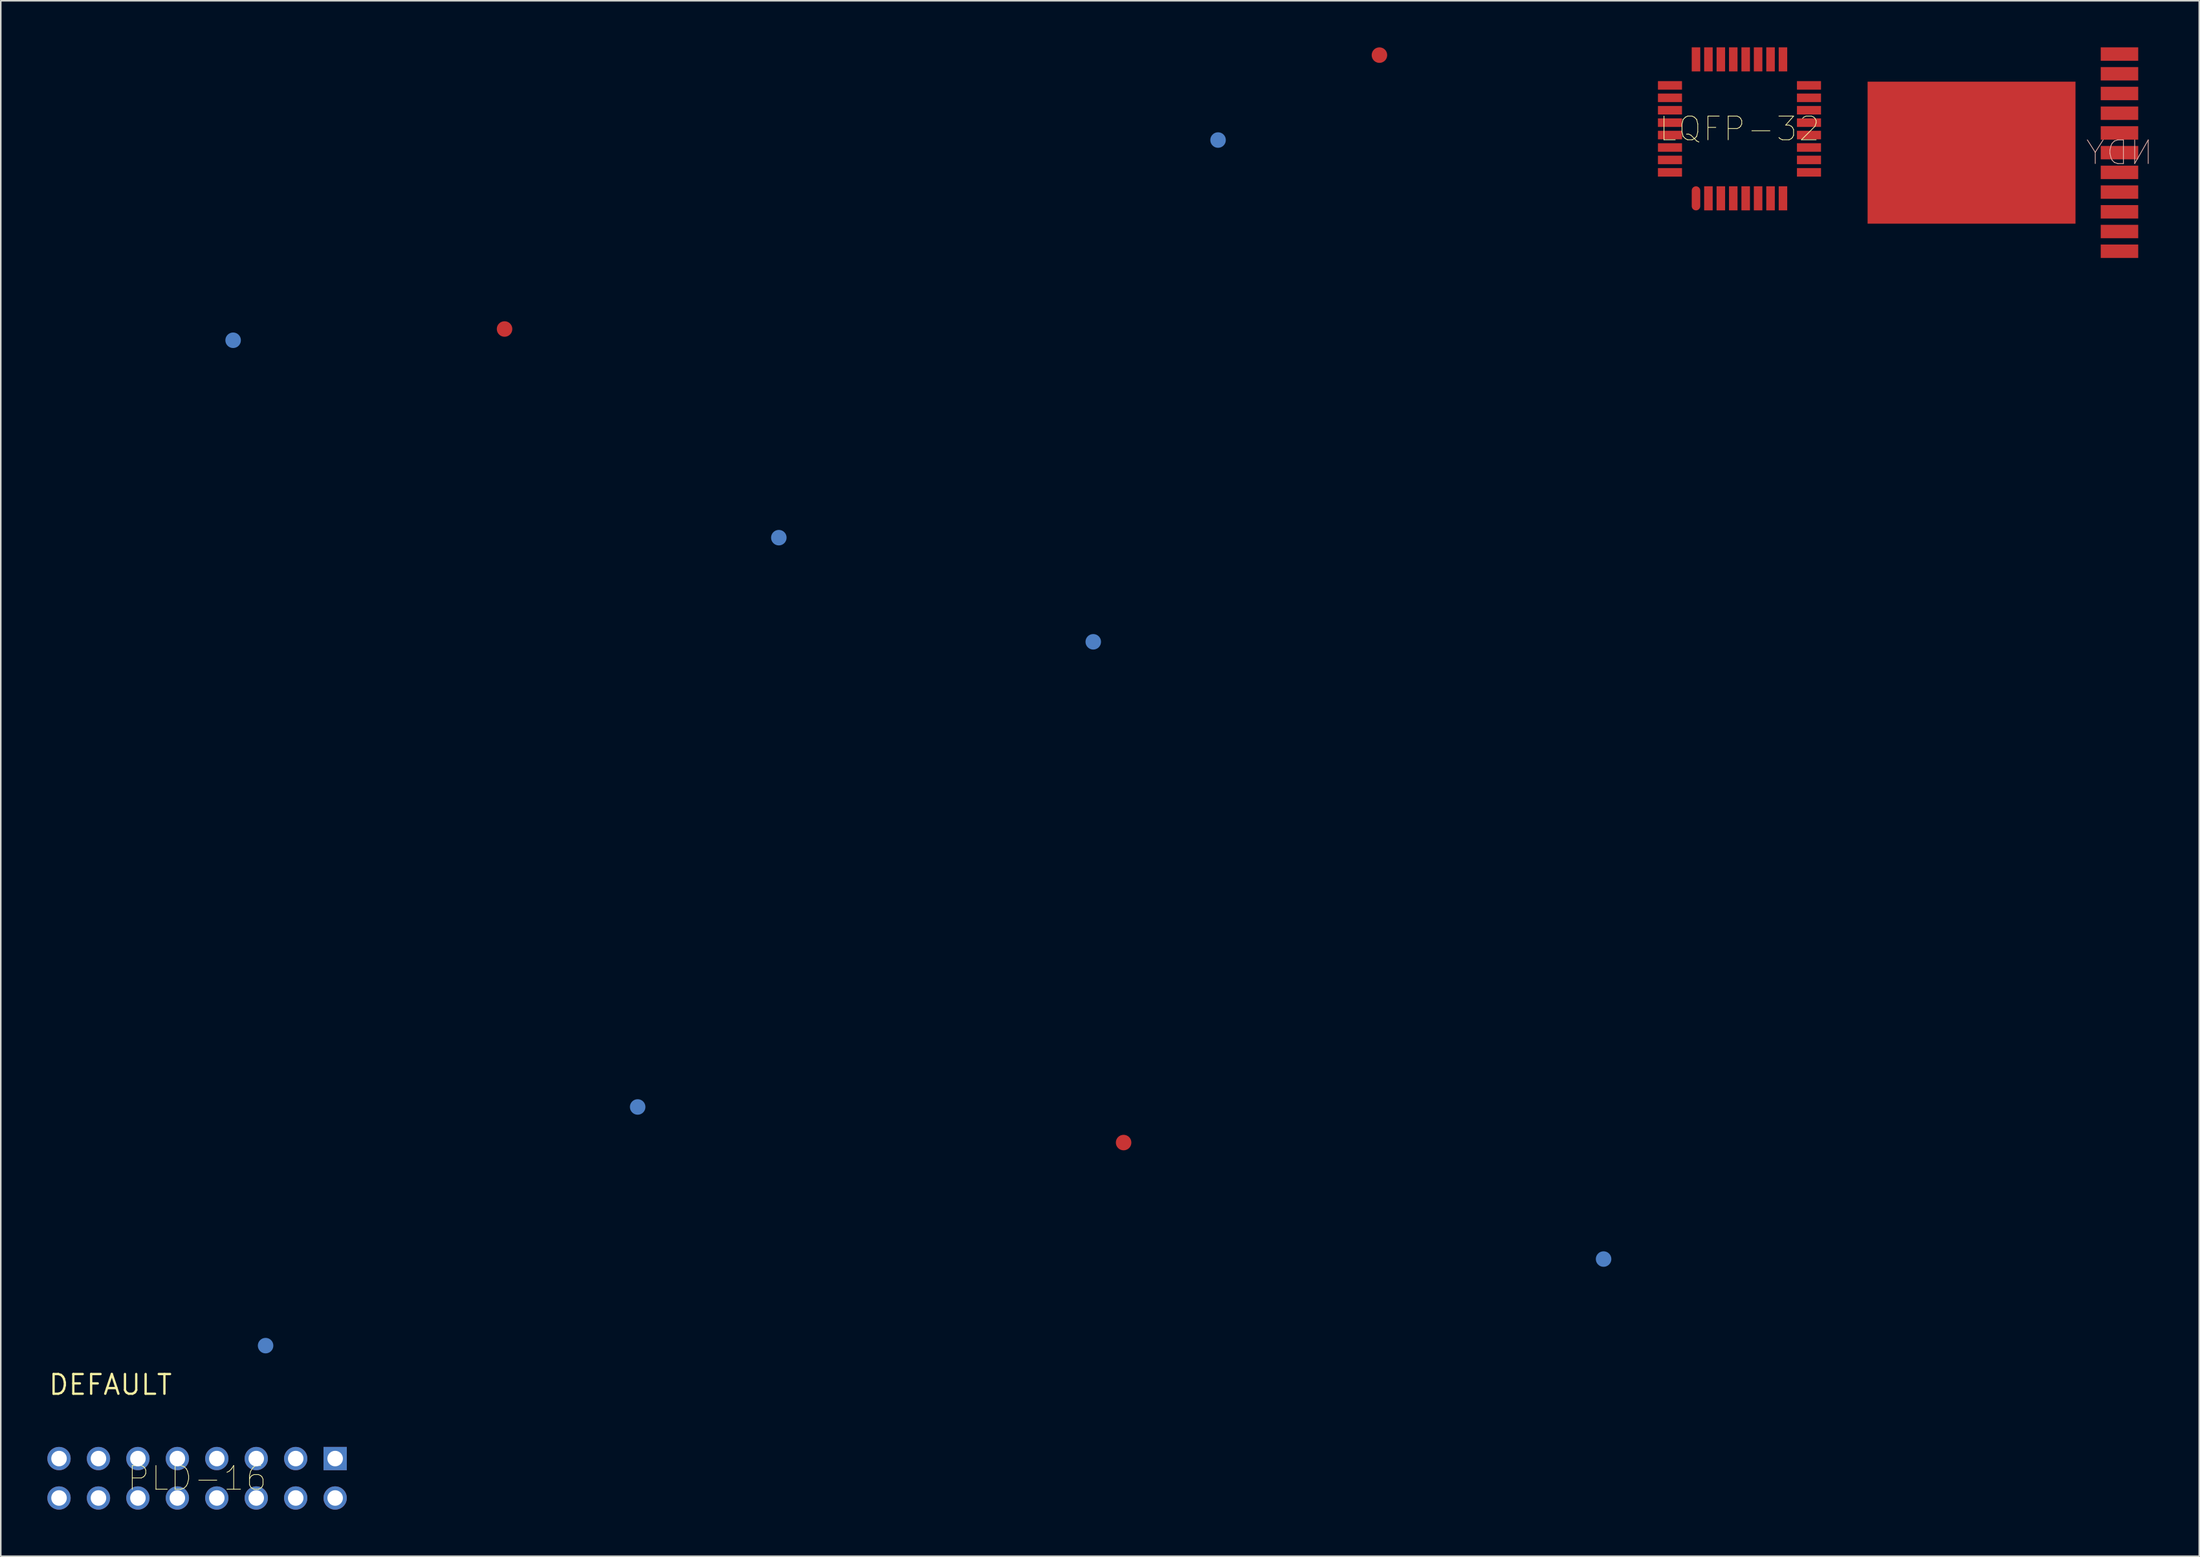
<source format=kicad_pcb>
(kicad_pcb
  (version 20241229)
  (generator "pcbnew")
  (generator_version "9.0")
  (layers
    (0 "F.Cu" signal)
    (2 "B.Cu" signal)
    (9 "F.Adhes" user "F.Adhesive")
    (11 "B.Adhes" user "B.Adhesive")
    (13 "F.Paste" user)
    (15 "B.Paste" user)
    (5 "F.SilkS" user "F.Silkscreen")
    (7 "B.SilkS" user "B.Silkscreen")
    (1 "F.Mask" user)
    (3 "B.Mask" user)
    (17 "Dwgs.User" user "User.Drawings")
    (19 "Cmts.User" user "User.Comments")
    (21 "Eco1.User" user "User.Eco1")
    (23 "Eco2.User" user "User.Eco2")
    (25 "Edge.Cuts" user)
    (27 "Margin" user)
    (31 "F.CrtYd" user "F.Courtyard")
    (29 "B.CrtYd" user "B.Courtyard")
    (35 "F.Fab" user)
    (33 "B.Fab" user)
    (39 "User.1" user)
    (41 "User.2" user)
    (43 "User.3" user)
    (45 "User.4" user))
  (footprint "DEFAULT"
    (layer "F.Cu")
    (at 4.059 86.138)
    (property "Reference" "DEFAULT" (at 0 0 0) (layer "F.SilkS") (effects (font (size 1.27 1.27) (thickness 0.15))))
    (attr smd)
    (pad "" smd circle (at 7.902 -67.272) (size 1 1) (layers "B.Cu" "B.Mask" "B.Paste"))
    (pad "" smd circle (at 9.992 -2.518) (size 1 1) (layers "B.Cu" "B.Mask" "B.Paste"))
    (pad "" smd circle (at 25.379 -67.997 180) (size 1 1) (layers "F.Cu" "F.Mask" "F.Paste"))
    (pad "" smd circle (at 33.95 -17.89) (size 1 1) (layers "B.Cu" "B.Mask" "B.Paste"))
    (pad "" smd circle (at 43.039 -54.558) (size 1 1) (layers "B.Cu" "B.Mask" "B.Paste"))
    (pad "" smd circle (at 63.285 -47.85) (size 1 1) (layers "B.Cu" "B.Mask" "B.Paste"))
    (pad "" smd circle (at 65.239 -15.597 180) (size 1 1) (layers "F.Cu" "F.Mask" "F.Paste"))
    (pad "" smd circle (at 71.321 -80.168) (size 1 1) (layers "B.Cu" "B.Mask" "B.Paste"))
    (pad "" smd circle (at 81.711 -85.638 180) (size 1 1) (layers "F.Cu" "F.Mask" "F.Paste"))
    (pad "" smd circle (at 96.144 -8.094) (size 1 1) (layers "B.Cu" "B.Mask" "B.Paste")))
  (footprint "PLD-16"
    (layer "F.Cu")
    (at 9.64 92.164)
    (property "Reference" "PLD-16" (at 0 0 0) (layer "F.SilkS") (effects (font (size 1.524 1.524) (thickness 0.05))))
    (attr smd)
    (pad "1" thru_hole rect (at 8.89 -1.27 180) (size 1.5 1.5) (drill 1) (layers "*.Cu" "*.Paste" "*.Mask"))
    (pad "2" thru_hole circle (at 8.89 1.27 180) (size 1.5 1.5) (drill 1) (layers "*.Cu" "*.Paste" "*.Mask"))
    (pad "3" thru_hole circle (at 6.35 -1.27 180) (size 1.5 1.5) (drill 1) (layers "*.Cu" "*.Paste" "*.Mask"))
    (pad "4" thru_hole circle (at 6.35 1.27 180) (size 1.5 1.5) (drill 1) (layers "*.Cu" "*.Paste" "*.Mask"))
    (pad "5" thru_hole circle (at 3.81 -1.27 180) (size 1.5 1.5) (drill 1) (layers "*.Cu" "*.Paste" "*.Mask"))
    (pad "6" thru_hole circle (at 3.81 1.27 180) (size 1.5 1.5) (drill 1) (layers "*.Cu" "*.Paste" "*.Mask"))
    (pad "7" thru_hole circle (at 1.27 -1.27 180) (size 1.5 1.5) (drill 1) (layers "*.Cu" "*.Paste" "*.Mask"))
    (pad "8" thru_hole circle (at 1.27 1.27 180) (size 1.5 1.5) (drill 1) (layers "*.Cu" "*.Paste" "*.Mask"))
    (pad "9" thru_hole circle (at -1.27 -1.27 180) (size 1.5 1.5) (drill 1) (layers "*.Cu" "*.Paste" "*.Mask"))
    (pad "10" thru_hole circle (at -1.27 1.27 180) (size 1.5 1.5) (drill 1) (layers "*.Cu" "*.Paste" "*.Mask"))
    (pad "11" thru_hole circle (at -3.81 -1.27 180) (size 1.5 1.5) (drill 1) (layers "*.Cu" "*.Paste" "*.Mask"))
    (pad "12" thru_hole circle (at -3.81 1.27 180) (size 1.5 1.5) (drill 1) (layers "*.Cu" "*.Paste" "*.Mask"))
    (pad "13" thru_hole circle (at -6.35 -1.27 180) (size 1.5 1.5) (drill 1) (layers "*.Cu" "*.Paste" "*.Mask"))
    (pad "14" thru_hole circle (at -6.35 1.27 180) (size 1.5 1.5) (drill 1) (layers "*.Cu" "*.Paste" "*.Mask"))
    (pad "15" thru_hole circle (at -8.89 -1.27 180) (size 1.5 1.5) (drill 1) (layers "*.Cu" "*.Paste" "*.Mask"))
    (pad "16" thru_hole circle (at -8.89 1.27 180) (size 1.5 1.5) (drill 1) (layers "*.Cu" "*.Paste" "*.Mask")))
  (footprint "LQFP-32"
    (layer "F.Cu")
    (at 108.953 5.25)
    (property "Reference" "LQFP-32" (at 0 0 0) (layer "F.SilkS") (effects (font (size 1.524 1.524) (thickness 0.05))))
    (attr smd)
    (pad "1" smd oval (at -2.8 4.475 180) (size 0.55 1.55) (layers "F.Cu" "F.Mask" "F.Paste"))
    (pad "2" smd rect (at -2 4.475 180) (size 0.55 1.55) (layers "F.Cu" "F.Mask" "F.Paste"))
    (pad "3" smd rect (at -1.2 4.475 180) (size 0.55 1.55) (layers "F.Cu" "F.Mask" "F.Paste"))
    (pad "4" smd rect (at -0.4 4.475 180) (size 0.55 1.55) (layers "F.Cu" "F.Mask" "F.Paste"))
    (pad "5" smd rect (at 0.4 4.475 180) (size 0.55 1.55) (layers "F.Cu" "F.Mask" "F.Paste"))
    (pad "6" smd rect (at 1.2 4.475 180) (size 0.55 1.55) (layers "F.Cu" "F.Mask" "F.Paste"))
    (pad "7" smd rect (at 2 4.475 180) (size 0.55 1.55) (layers "F.Cu" "F.Mask" "F.Paste"))
    (pad "8" smd rect (at 2.8 4.475 180) (size 0.55 1.55) (layers "F.Cu" "F.Mask" "F.Paste"))
    (pad "9" smd rect (at 4.475 2.8 90) (size 0.55 1.55) (layers "F.Cu" "F.Mask" "F.Paste"))
    (pad "10" smd rect (at 4.475 2 90) (size 0.55 1.55) (layers "F.Cu" "F.Mask" "F.Paste"))
    (pad "11" smd rect (at 4.475 1.2 90) (size 0.55 1.55) (layers "F.Cu" "F.Mask" "F.Paste"))
    (pad "12" smd rect (at 4.475 0.4 90) (size 0.55 1.55) (layers "F.Cu" "F.Mask" "F.Paste"))
    (pad "13" smd rect (at 4.475 -0.4 90) (size 0.55 1.55) (layers "F.Cu" "F.Mask" "F.Paste"))
    (pad "14" smd rect (at 4.475 -1.2 90) (size 0.55 1.55) (layers "F.Cu" "F.Mask" "F.Paste"))
    (pad "15" smd rect (at 4.475 -2 90) (size 0.55 1.55) (layers "F.Cu" "F.Mask" "F.Paste"))
    (pad "16" smd rect (at 4.475 -2.8 90) (size 0.55 1.55) (layers "F.Cu" "F.Mask" "F.Paste"))
    (pad "17" smd rect (at 2.8 -4.475 180) (size 0.55 1.55) (layers "F.Cu" "F.Mask" "F.Paste"))
    (pad "18" smd rect (at 2 -4.475 180) (size 0.55 1.55) (layers "F.Cu" "F.Mask" "F.Paste"))
    (pad "19" smd rect (at 1.2 -4.475 180) (size 0.55 1.55) (layers "F.Cu" "F.Mask" "F.Paste"))
    (pad "20" smd rect (at 0.4 -4.475 180) (size 0.55 1.55) (layers "F.Cu" "F.Mask" "F.Paste"))
    (pad "21" smd rect (at -0.4 -4.475 180) (size 0.55 1.55) (layers "F.Cu" "F.Mask" "F.Paste"))
    (pad "22" smd rect (at -1.2 -4.475 180) (size 0.55 1.55) (layers "F.Cu" "F.Mask" "F.Paste"))
    (pad "23" smd rect (at -2 -4.475 180) (size 0.55 1.55) (layers "F.Cu" "F.Mask" "F.Paste"))
    (pad "24" smd rect (at -2.8 -4.475 180) (size 0.55 1.55) (layers "F.Cu" "F.Mask" "F.Paste"))
    (pad "25" smd rect (at -4.475 -2.8 90) (size 0.55 1.55) (layers "F.Cu" "F.Mask" "F.Paste"))
    (pad "26" smd rect (at -4.475 -2 90) (size 0.55 1.55) (layers "F.Cu" "F.Mask" "F.Paste"))
    (pad "27" smd rect (at -4.475 -1.2 90) (size 0.55 1.55) (layers "F.Cu" "F.Mask" "F.Paste"))
    (pad "28" smd rect (at -4.475 -0.4 90) (size 0.55 1.55) (layers "F.Cu" "F.Mask" "F.Paste"))
    (pad "29" smd rect (at -4.475 0.4 90) (size 0.55 1.55) (layers "F.Cu" "F.Mask" "F.Paste"))
    (pad "30" smd rect (at -4.475 1.2 90) (size 0.55 1.55) (layers "F.Cu" "F.Mask" "F.Paste"))
    (pad "31" smd rect (at -4.475 2 90) (size 0.55 1.55) (layers "F.Cu" "F.Mask" "F.Paste"))
    (pad "32" smd rect (at -4.475 2.8 90) (size 0.55 1.55) (layers "F.Cu" "F.Mask" "F.Paste")))
  (footprint "NDY"
    (layer "F.Cu")
    (at 133.421 6.782)
    (property "Reference" "NDY" (at 0 0 0) (layer "B.SilkS") (effects (font (size 1.524 1.524) (thickness 0.05)) (justify mirror)))
    (attr smd)
    (pad "1" smd rect (at 0 6.35 180) (size 2.413 0.864) (layers "F.Cu" "F.Mask" "F.Paste"))
    (pad "2" smd rect (at 0 5.08 180) (size 2.413 0.864) (layers "F.Cu" "F.Mask" "F.Paste"))
    (pad "3" smd rect (at 0 3.81 180) (size 2.413 0.864) (layers "F.Cu" "F.Mask" "F.Paste"))
    (pad "4" smd rect (at 0 2.54 180) (size 2.413 0.864) (layers "F.Cu" "F.Mask" "F.Paste"))
    (pad "5" smd rect (at 0 1.27 180) (size 2.413 0.864) (layers "F.Cu" "F.Mask" "F.Paste"))
    (pad "6" smd rect (at 0 0 180) (size 2.413 0.864) (layers "F.Cu" "F.Mask" "F.Paste"))
    (pad "7" smd rect (at 0 -1.27 180) (size 2.413 0.864) (layers "F.Cu" "F.Mask" "F.Paste"))
    (pad "8" smd rect (at 0 -2.54 180) (size 2.413 0.864) (layers "F.Cu" "F.Mask" "F.Paste"))
    (pad "9" smd rect (at 0 -3.81 180) (size 2.413 0.864) (layers "F.Cu" "F.Mask" "F.Paste"))
    (pad "10" smd rect (at 0 -5.08 180) (size 2.413 0.864) (layers "F.Cu" "F.Mask" "F.Paste"))
    (pad "11" smd rect (at 0 -6.35 180) (size 2.413 0.864) (layers "F.Cu" "F.Mask" "F.Paste"))
    (pad "TP1" smd rect (at -9.525 0 270) (size 9.144 13.386) (layers "F.Cu" "F.Mask" "F.Paste")))
  (gr_rect
    (start -3 -3)
    (end 138.557 97.184)
    (stroke (width 0.1) (type default))
    (fill no)
    (layer "Edge.Cuts")))
</source>
